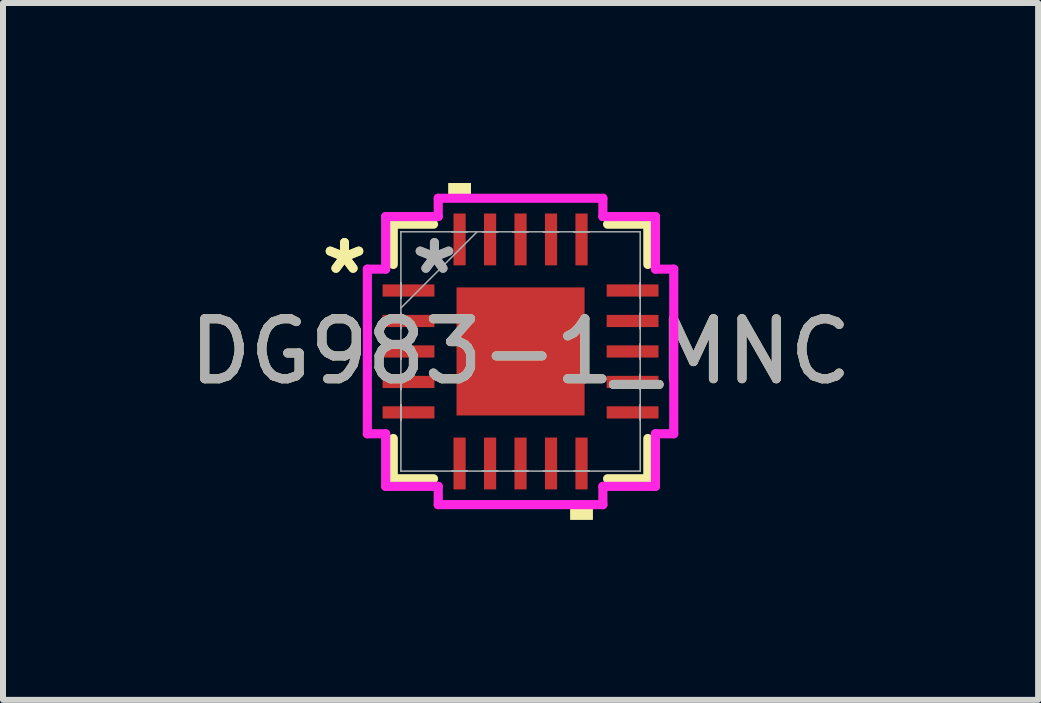
<source format=kicad_pcb>
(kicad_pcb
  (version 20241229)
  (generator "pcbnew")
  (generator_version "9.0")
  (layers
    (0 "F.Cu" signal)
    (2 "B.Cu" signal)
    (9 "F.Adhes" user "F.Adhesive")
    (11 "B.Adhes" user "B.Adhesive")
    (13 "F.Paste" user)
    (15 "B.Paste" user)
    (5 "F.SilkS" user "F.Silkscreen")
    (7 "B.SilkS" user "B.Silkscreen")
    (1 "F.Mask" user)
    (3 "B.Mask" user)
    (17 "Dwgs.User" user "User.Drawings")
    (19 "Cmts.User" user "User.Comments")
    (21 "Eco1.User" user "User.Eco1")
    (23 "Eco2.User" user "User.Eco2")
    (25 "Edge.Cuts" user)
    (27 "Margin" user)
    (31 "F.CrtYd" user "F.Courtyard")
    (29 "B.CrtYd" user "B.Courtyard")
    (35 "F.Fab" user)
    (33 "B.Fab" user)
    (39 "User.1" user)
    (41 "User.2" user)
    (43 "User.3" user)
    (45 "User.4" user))
  (footprint "DG983-1_MNC"
    (layer "F.Cu")
    (at 5.625 2.807)
    (property "Reference" "DG983-1_MNC" (at 0 0 0) (unlocked yes) (layer "F.SilkS") (effects (font (size 1 1) (thickness 0.15))))
    (attr smd)
    (fp_line (start -2.121 -2.121) (end -2.121 -1.45) (stroke (width 0.152) (type solid)) (layer "F.SilkS"))
    (fp_line (start -2.121 1.45) (end -2.121 2.121) (stroke (width 0.152) (type solid)) (layer "F.SilkS"))
    (fp_line (start -2.121 2.121) (end -1.45 2.121) (stroke (width 0.152) (type solid)) (layer "F.SilkS"))
    (fp_line (start -1.45 -2.121) (end -2.121 -2.121) (stroke (width 0.152) (type solid)) (layer "F.SilkS"))
    (fp_line (start 1.45 2.121) (end 2.121 2.121) (stroke (width 0.152) (type solid)) (layer "F.SilkS"))
    (fp_line (start 2.121 -2.121) (end 1.45 -2.121) (stroke (width 0.152) (type solid)) (layer "F.SilkS"))
    (fp_line (start 2.121 -1.45) (end 2.121 -2.121) (stroke (width 0.152) (type solid)) (layer "F.SilkS"))
    (fp_line (start 2.121 2.121) (end 2.121 1.45) (stroke (width 0.152) (type solid)) (layer "F.SilkS"))
    (fp_poly (pts (xy -1.206 -2.553) (xy -1.206 -2.807) (xy -0.826 -2.807) (xy -0.826 -2.553)) (stroke (width 0) (type solid)) (fill yes) (layer "F.SilkS"))
    (fp_poly (pts (xy 0.826 2.553) (xy 0.826 2.807) (xy 1.206 2.807) (xy 1.206 2.553)) (stroke (width 0) (type solid)) (fill yes) (layer "F.SilkS"))
    (fp_line (start -2.553 -1.372) (end -2.248 -1.372) (stroke (width 0.152) (type solid)) (layer "F.CrtYd"))
    (fp_line (start -2.553 1.372) (end -2.553 -1.372) (stroke (width 0.152) (type solid)) (layer "F.CrtYd"))
    (fp_line (start -2.248 -2.248) (end -1.372 -2.248) (stroke (width 0.152) (type solid)) (layer "F.CrtYd"))
    (fp_line (start -2.248 -1.372) (end -2.248 -2.248) (stroke (width 0.152) (type solid)) (layer "F.CrtYd"))
    (fp_line (start -2.248 1.372) (end -2.553 1.372) (stroke (width 0.152) (type solid)) (layer "F.CrtYd"))
    (fp_line (start -2.248 2.248) (end -2.248 1.372) (stroke (width 0.152) (type solid)) (layer "F.CrtYd"))
    (fp_line (start -1.372 -2.553) (end 1.372 -2.553) (stroke (width 0.152) (type solid)) (layer "F.CrtYd"))
    (fp_line (start -1.372 -2.248) (end -1.372 -2.553) (stroke (width 0.152) (type solid)) (layer "F.CrtYd"))
    (fp_line (start -1.372 2.248) (end -2.248 2.248) (stroke (width 0.152) (type solid)) (layer "F.CrtYd"))
    (fp_line (start -1.372 2.553) (end -1.372 2.248) (stroke (width 0.152) (type solid)) (layer "F.CrtYd"))
    (fp_line (start 1.372 -2.553) (end 1.372 -2.248) (stroke (width 0.152) (type solid)) (layer "F.CrtYd"))
    (fp_line (start 1.372 -2.248) (end 2.248 -2.248) (stroke (width 0.152) (type solid)) (layer "F.CrtYd"))
    (fp_line (start 1.372 2.248) (end 1.372 2.553) (stroke (width 0.152) (type solid)) (layer "F.CrtYd"))
    (fp_line (start 1.372 2.553) (end -1.372 2.553) (stroke (width 0.152) (type solid)) (layer "F.CrtYd"))
    (fp_line (start 2.248 -2.248) (end 2.248 -1.372) (stroke (width 0.152) (type solid)) (layer "F.CrtYd"))
    (fp_line (start 2.248 -1.372) (end 2.553 -1.372) (stroke (width 0.152) (type solid)) (layer "F.CrtYd"))
    (fp_line (start 2.248 1.372) (end 2.248 2.248) (stroke (width 0.152) (type solid)) (layer "F.CrtYd"))
    (fp_line (start 2.248 2.248) (end 1.372 2.248) (stroke (width 0.152) (type solid)) (layer "F.CrtYd"))
    (fp_line (start 2.553 -1.372) (end 2.553 1.372) (stroke (width 0.152) (type solid)) (layer "F.CrtYd"))
    (fp_line (start 2.553 1.372) (end 2.248 1.372) (stroke (width 0.152) (type solid)) (layer "F.CrtYd"))
    (fp_line (start -1.994 -1.994) (end -1.994 -1.994) (stroke (width 0.025) (type solid)) (layer "F.Fab"))
    (fp_line (start -1.994 -1.994) (end -1.994 1.994) (stroke (width 0.025) (type solid)) (layer "F.Fab"))
    (fp_line (start -1.994 -1.143) (end -1.994 -1.143) (stroke (width 0.025) (type solid)) (layer "F.Fab"))
    (fp_line (start -1.994 -1.143) (end -1.994 -0.889) (stroke (width 0.025) (type solid)) (layer "F.Fab"))
    (fp_line (start -1.994 -0.889) (end -1.994 -1.143) (stroke (width 0.025) (type solid)) (layer "F.Fab"))
    (fp_line (start -1.994 -0.889) (end -1.994 -0.889) (stroke (width 0.025) (type solid)) (layer "F.Fab"))
    (fp_line (start -1.994 -0.724) (end -0.724 -1.994) (stroke (width 0.025) (type solid)) (layer "F.Fab"))
    (fp_line (start -1.994 -0.635) (end -1.994 -0.635) (stroke (width 0.025) (type solid)) (layer "F.Fab"))
    (fp_line (start -1.994 -0.635) (end -1.994 -0.381) (stroke (width 0.025) (type solid)) (layer "F.Fab"))
    (fp_line (start -1.994 -0.381) (end -1.994 -0.635) (stroke (width 0.025) (type solid)) (layer "F.Fab"))
    (fp_line (start -1.994 -0.381) (end -1.994 -0.381) (stroke (width 0.025) (type solid)) (layer "F.Fab"))
    (fp_line (start -1.994 -0.127) (end -1.994 -0.127) (stroke (width 0.025) (type solid)) (layer "F.Fab"))
    (fp_line (start -1.994 -0.127) (end -1.994 0.127) (stroke (width 0.025) (type solid)) (layer "F.Fab"))
    (fp_line (start -1.994 0.127) (end -1.994 -0.127) (stroke (width 0.025) (type solid)) (layer "F.Fab"))
    (fp_line (start -1.994 0.127) (end -1.994 0.127) (stroke (width 0.025) (type solid)) (layer "F.Fab"))
    (fp_line (start -1.994 0.381) (end -1.994 0.381) (stroke (width 0.025) (type solid)) (layer "F.Fab"))
    (fp_line (start -1.994 0.381) (end -1.994 0.635) (stroke (width 0.025) (type solid)) (layer "F.Fab"))
    (fp_line (start -1.994 0.635) (end -1.994 0.381) (stroke (width 0.025) (type solid)) (layer "F.Fab"))
    (fp_line (start -1.994 0.635) (end -1.994 0.635) (stroke (width 0.025) (type solid)) (layer "F.Fab"))
    (fp_line (start -1.994 0.889) (end -1.994 0.889) (stroke (width 0.025) (type solid)) (layer "F.Fab"))
    (fp_line (start -1.994 0.889) (end -1.994 1.143) (stroke (width 0.025) (type solid)) (layer "F.Fab"))
    (fp_line (start -1.994 1.143) (end -1.994 0.889) (stroke (width 0.025) (type solid)) (layer "F.Fab"))
    (fp_line (start -1.994 1.143) (end -1.994 1.143) (stroke (width 0.025) (type solid)) (layer "F.Fab"))
    (fp_line (start -1.994 1.994) (end -1.994 1.994) (stroke (width 0.025) (type solid)) (layer "F.Fab"))
    (fp_line (start -1.994 1.994) (end 1.994 1.994) (stroke (width 0.025) (type solid)) (layer "F.Fab"))
    (fp_line (start -1.143 -1.994) (end -1.143 -1.994) (stroke (width 0.025) (type solid)) (layer "F.Fab"))
    (fp_line (start -1.143 -1.994) (end -0.889 -1.994) (stroke (width 0.025) (type solid)) (layer "F.Fab"))
    (fp_line (start -1.143 1.994) (end -1.143 1.994) (stroke (width 0.025) (type solid)) (layer "F.Fab"))
    (fp_line (start -1.143 1.994) (end -0.889 1.994) (stroke (width 0.025) (type solid)) (layer "F.Fab"))
    (fp_line (start -0.889 -1.994) (end -1.143 -1.994) (stroke (width 0.025) (type solid)) (layer "F.Fab"))
    (fp_line (start -0.889 -1.994) (end -0.889 -1.994) (stroke (width 0.025) (type solid)) (layer "F.Fab"))
    (fp_line (start -0.889 1.994) (end -1.143 1.994) (stroke (width 0.025) (type solid)) (layer "F.Fab"))
    (fp_line (start -0.889 1.994) (end -0.889 1.994) (stroke (width 0.025) (type solid)) (layer "F.Fab"))
    (fp_line (start -0.635 -1.994) (end -0.635 -1.994) (stroke (width 0.025) (type solid)) (layer "F.Fab"))
    (fp_line (start -0.635 -1.994) (end -0.381 -1.994) (stroke (width 0.025) (type solid)) (layer "F.Fab"))
    (fp_line (start -0.635 1.994) (end -0.635 1.994) (stroke (width 0.025) (type solid)) (layer "F.Fab"))
    (fp_line (start -0.635 1.994) (end -0.381 1.994) (stroke (width 0.025) (type solid)) (layer "F.Fab"))
    (fp_line (start -0.381 -1.994) (end -0.635 -1.994) (stroke (width 0.025) (type solid)) (layer "F.Fab"))
    (fp_line (start -0.381 -1.994) (end -0.381 -1.994) (stroke (width 0.025) (type solid)) (layer "F.Fab"))
    (fp_line (start -0.381 1.994) (end -0.635 1.994) (stroke (width 0.025) (type solid)) (layer "F.Fab"))
    (fp_line (start -0.381 1.994) (end -0.381 1.994) (stroke (width 0.025) (type solid)) (layer "F.Fab"))
    (fp_line (start -0.127 -1.994) (end -0.127 -1.994) (stroke (width 0.025) (type solid)) (layer "F.Fab"))
    (fp_line (start -0.127 -1.994) (end 0.127 -1.994) (stroke (width 0.025) (type solid)) (layer "F.Fab"))
    (fp_line (start -0.127 1.994) (end -0.127 1.994) (stroke (width 0.025) (type solid)) (layer "F.Fab"))
    (fp_line (start -0.127 1.994) (end 0.127 1.994) (stroke (width 0.025) (type solid)) (layer "F.Fab"))
    (fp_line (start 0.127 -1.994) (end -0.127 -1.994) (stroke (width 0.025) (type solid)) (layer "F.Fab"))
    (fp_line (start 0.127 -1.994) (end 0.127 -1.994) (stroke (width 0.025) (type solid)) (layer "F.Fab"))
    (fp_line (start 0.127 1.994) (end -0.127 1.994) (stroke (width 0.025) (type solid)) (layer "F.Fab"))
    (fp_line (start 0.127 1.994) (end 0.127 1.994) (stroke (width 0.025) (type solid)) (layer "F.Fab"))
    (fp_line (start 0.381 -1.994) (end 0.381 -1.994) (stroke (width 0.025) (type solid)) (layer "F.Fab"))
    (fp_line (start 0.381 -1.994) (end 0.635 -1.994) (stroke (width 0.025) (type solid)) (layer "F.Fab"))
    (fp_line (start 0.381 1.994) (end 0.381 1.994) (stroke (width 0.025) (type solid)) (layer "F.Fab"))
    (fp_line (start 0.381 1.994) (end 0.635 1.994) (stroke (width 0.025) (type solid)) (layer "F.Fab"))
    (fp_line (start 0.635 -1.994) (end 0.381 -1.994) (stroke (width 0.025) (type solid)) (layer "F.Fab"))
    (fp_line (start 0.635 -1.994) (end 0.635 -1.994) (stroke (width 0.025) (type solid)) (layer "F.Fab"))
    (fp_line (start 0.635 1.994) (end 0.381 1.994) (stroke (width 0.025) (type solid)) (layer "F.Fab"))
    (fp_line (start 0.635 1.994) (end 0.635 1.994) (stroke (width 0.025) (type solid)) (layer "F.Fab"))
    (fp_line (start 0.889 -1.994) (end 0.889 -1.994) (stroke (width 0.025) (type solid)) (layer "F.Fab"))
    (fp_line (start 0.889 -1.994) (end 1.143 -1.994) (stroke (width 0.025) (type solid)) (layer "F.Fab"))
    (fp_line (start 0.889 1.994) (end 0.889 1.994) (stroke (width 0.025) (type solid)) (layer "F.Fab"))
    (fp_line (start 0.889 1.994) (end 1.143 1.994) (stroke (width 0.025) (type solid)) (layer "F.Fab"))
    (fp_line (start 1.143 -1.994) (end 0.889 -1.994) (stroke (width 0.025) (type solid)) (layer "F.Fab"))
    (fp_line (start 1.143 -1.994) (end 1.143 -1.994) (stroke (width 0.025) (type solid)) (layer "F.Fab"))
    (fp_line (start 1.143 1.994) (end 0.889 1.994) (stroke (width 0.025) (type solid)) (layer "F.Fab"))
    (fp_line (start 1.143 1.994) (end 1.143 1.994) (stroke (width 0.025) (type solid)) (layer "F.Fab"))
    (fp_line (start 1.994 -1.994) (end -1.994 -1.994) (stroke (width 0.025) (type solid)) (layer "F.Fab"))
    (fp_line (start 1.994 -1.994) (end 1.994 -1.994) (stroke (width 0.025) (type solid)) (layer "F.Fab"))
    (fp_line (start 1.994 -1.143) (end 1.994 -1.143) (stroke (width 0.025) (type solid)) (layer "F.Fab"))
    (fp_line (start 1.994 -1.143) (end 1.994 -0.889) (stroke (width 0.025) (type solid)) (layer "F.Fab"))
    (fp_line (start 1.994 -0.889) (end 1.994 -1.143) (stroke (width 0.025) (type solid)) (layer "F.Fab"))
    (fp_line (start 1.994 -0.889) (end 1.994 -0.889) (stroke (width 0.025) (type solid)) (layer "F.Fab"))
    (fp_line (start 1.994 -0.635) (end 1.994 -0.635) (stroke (width 0.025) (type solid)) (layer "F.Fab"))
    (fp_line (start 1.994 -0.635) (end 1.994 -0.381) (stroke (width 0.025) (type solid)) (layer "F.Fab"))
    (fp_line (start 1.994 -0.381) (end 1.994 -0.635) (stroke (width 0.025) (type solid)) (layer "F.Fab"))
    (fp_line (start 1.994 -0.381) (end 1.994 -0.381) (stroke (width 0.025) (type solid)) (layer "F.Fab"))
    (fp_line (start 1.994 -0.127) (end 1.994 -0.127) (stroke (width 0.025) (type solid)) (layer "F.Fab"))
    (fp_line (start 1.994 -0.127) (end 1.994 0.127) (stroke (width 0.025) (type solid)) (layer "F.Fab"))
    (fp_line (start 1.994 0.127) (end 1.994 -0.127) (stroke (width 0.025) (type solid)) (layer "F.Fab"))
    (fp_line (start 1.994 0.127) (end 1.994 0.127) (stroke (width 0.025) (type solid)) (layer "F.Fab"))
    (fp_line (start 1.994 0.381) (end 1.994 0.381) (stroke (width 0.025) (type solid)) (layer "F.Fab"))
    (fp_line (start 1.994 0.381) (end 1.994 0.635) (stroke (width 0.025) (type solid)) (layer "F.Fab"))
    (fp_line (start 1.994 0.635) (end 1.994 0.381) (stroke (width 0.025) (type solid)) (layer "F.Fab"))
    (fp_line (start 1.994 0.635) (end 1.994 0.635) (stroke (width 0.025) (type solid)) (layer "F.Fab"))
    (fp_line (start 1.994 0.889) (end 1.994 0.889) (stroke (width 0.025) (type solid)) (layer "F.Fab"))
    (fp_line (start 1.994 0.889) (end 1.994 1.143) (stroke (width 0.025) (type solid)) (layer "F.Fab"))
    (fp_line (start 1.994 1.143) (end 1.994 0.889) (stroke (width 0.025) (type solid)) (layer "F.Fab"))
    (fp_line (start 1.994 1.143) (end 1.994 1.143) (stroke (width 0.025) (type solid)) (layer "F.Fab"))
    (fp_line (start 1.994 1.994) (end 1.994 -1.994) (stroke (width 0.025) (type solid)) (layer "F.Fab"))
    (fp_line (start 1.994 1.994) (end 1.994 1.994) (stroke (width 0.025) (type solid)) (layer "F.Fab"))
    (fp_text user "*" (at -2.934 -1.27 0) (unlocked yes) (layer "F.SilkS") (effects (font (size 1 1) (thickness 0.15))))
    (fp_text user "*" (at -2.934 -1.27 0) (layer "F.SilkS") (effects (font (size 1 1) (thickness 0.15))))
    (fp_text user "*" (at -1.435 -1.27 0) (layer "F.Fab") (effects (font (size 1 1) (thickness 0.15))))
    (fp_text user "*" (at -1.435 -1.27 0) (unlocked yes) (layer "F.Fab") (effects (font (size 1 1) (thickness 0.15))))
    (fp_text user "${REFERENCE}" (at 0 0 0) (unlocked yes) (layer "F.Fab") (effects (font (size 1 1) (thickness 0.15))))
    (pad "1" smd rect (at -1.867 -1.016 90) (size 0.203 0.864) (layers "F.Cu" "F.Mask" "F.Paste"))
    (pad "2" smd rect (at -1.867 -0.508 90) (size 0.203 0.864) (layers "F.Cu" "F.Mask" "F.Paste"))
    (pad "3" smd rect (at -1.867 0 90) (size 0.203 0.864) (layers "F.Cu" "F.Mask" "F.Paste"))
    (pad "4" smd rect (at -1.867 0.508 90) (size 0.203 0.864) (layers "F.Cu" "F.Mask" "F.Paste"))
    (pad "5" smd rect (at -1.867 1.016 90) (size 0.203 0.864) (layers "F.Cu" "F.Mask" "F.Paste"))
    (pad "6" smd rect (at -1.016 1.867) (size 0.203 0.864) (layers "F.Cu" "F.Mask" "F.Paste"))
    (pad "7" smd rect (at -0.508 1.867) (size 0.203 0.864) (layers "F.Cu" "F.Mask" "F.Paste"))
    (pad "8" smd rect (at 0 1.867) (size 0.203 0.864) (layers "F.Cu" "F.Mask" "F.Paste"))
    (pad "9" smd rect (at 0.508 1.867) (size 0.203 0.864) (layers "F.Cu" "F.Mask" "F.Paste"))
    (pad "10" smd rect (at 1.016 1.867) (size 0.203 0.864) (layers "F.Cu" "F.Mask" "F.Paste"))
    (pad "11" smd rect (at 1.867 1.016 90) (size 0.203 0.864) (layers "F.Cu" "F.Mask" "F.Paste"))
    (pad "12" smd rect (at 1.867 0.508 90) (size 0.203 0.864) (layers "F.Cu" "F.Mask" "F.Paste"))
    (pad "13" smd rect (at 1.867 0 90) (size 0.203 0.864) (layers "F.Cu" "F.Mask" "F.Paste"))
    (pad "14" smd rect (at 1.867 -0.508 90) (size 0.203 0.864) (layers "F.Cu" "F.Mask" "F.Paste"))
    (pad "15" smd rect (at 1.867 -1.016 90) (size 0.203 0.864) (layers "F.Cu" "F.Mask" "F.Paste"))
    (pad "16" smd rect (at 1.016 -1.867) (size 0.203 0.864) (layers "F.Cu" "F.Mask" "F.Paste"))
    (pad "17" smd rect (at 0.508 -1.867) (size 0.203 0.864) (layers "F.Cu" "F.Mask" "F.Paste"))
    (pad "18" smd rect (at 0 -1.867) (size 0.203 0.864) (layers "F.Cu" "F.Mask" "F.Paste"))
    (pad "19" smd rect (at -0.508 -1.867) (size 0.203 0.864) (layers "F.Cu" "F.Mask" "F.Paste"))
    (pad "20" smd rect (at -1.016 -1.867) (size 0.203 0.864) (layers "F.Cu" "F.Mask" "F.Paste"))
    (pad "21" smd rect (at 0 0) (size 2.134 2.134) (layers "F.Cu" "F.Mask" "F.Paste")))
  (gr_rect
    (start -3 -3)
    (end 14.25 8.613)
    (stroke (width 0.1) (type default))
    (fill no)
    (layer "Edge.Cuts")))
</source>
